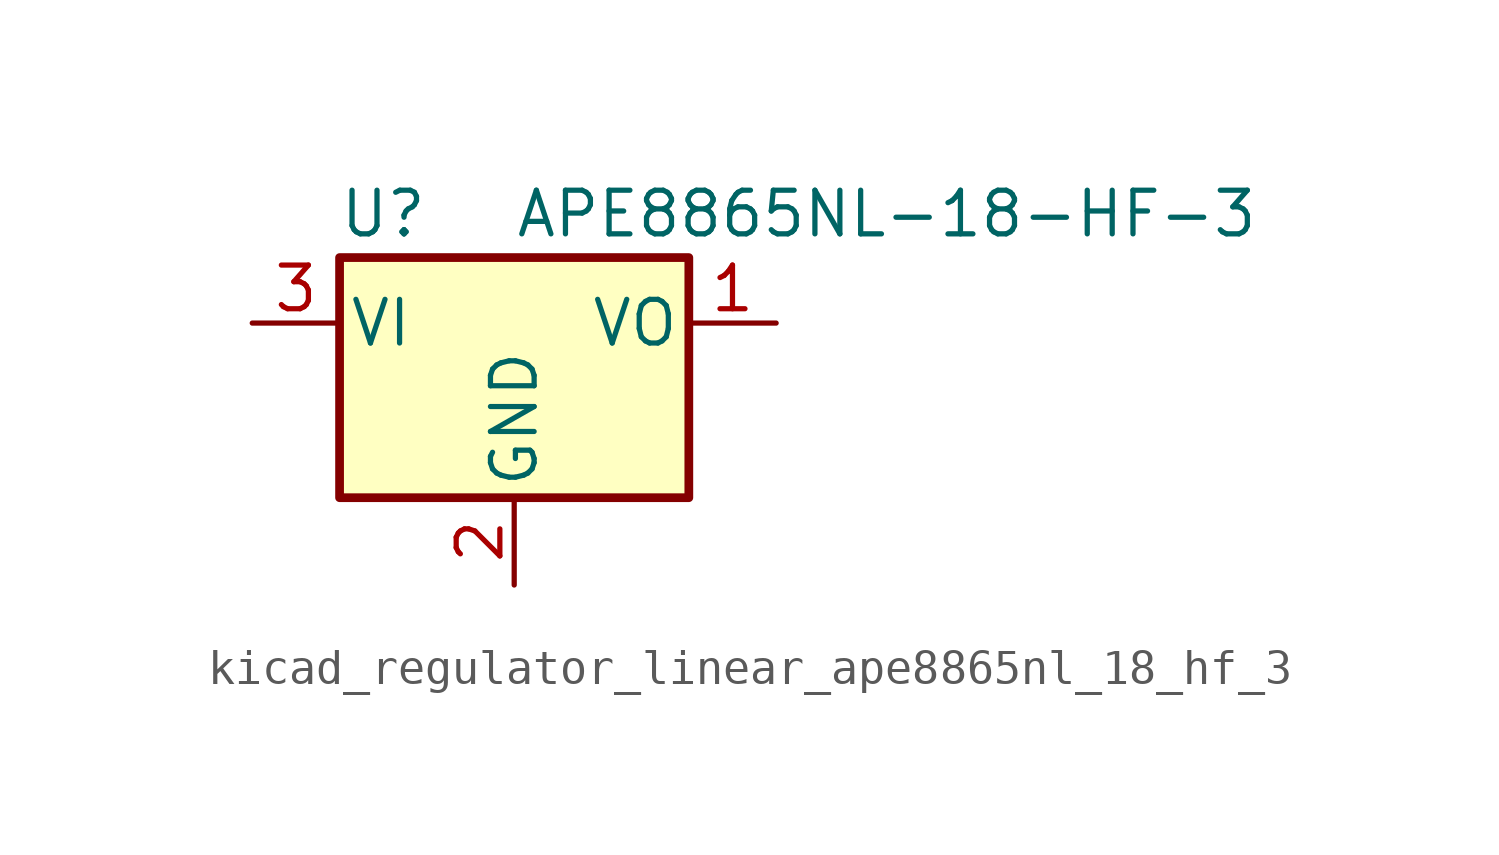
<source format=kicad_sym>
(kicad_symbol_lib
  (version 20220914)
  (generator kicad_symbol_editor)
  (symbol "kicad_regulator_linear_ape8865nl_18_hf_3"
    (pin_names
      (offset 0.254))
    (property "Reference" "U"
      (at -3.81 3.175 0)
      (effects (font (size 1.27 1.27))))
    (property "Value" "APE8865NL-18-HF-3"
      (at 0 3.175 0)
      (effects (font (size 1.27 1.27)) (justify left)))
    (symbol "kicad_regulator_linear_ape8865nl_18_hf_3_0_1"
      (rectangle (start -5.08 1.905) (end 5.08 -5.08) (stroke (width 0.254) (type default)) (fill (type background))))
    (symbol "kicad_regulator_linear_ape8865nl_18_hf_3_1_1"
      (pin power_out line (at 7.62 0 180) (length 2.54) (name "VO" (effects (font (size 1.27 1.27)))) (number "1" (effects (font (size 1.27 1.27)))))
      (pin power_in line (at 0 -7.62 90) (length 2.54) (name "GND" (effects (font (size 1.27 1.27)))) (number "2" (effects (font (size 1.27 1.27)))))
      (pin power_in line (at -7.62 0 0) (length 2.54) (name "VI" (effects (font (size 1.27 1.27)))) (number "3" (effects (font (size 1.27 1.27))))))))
</source>
